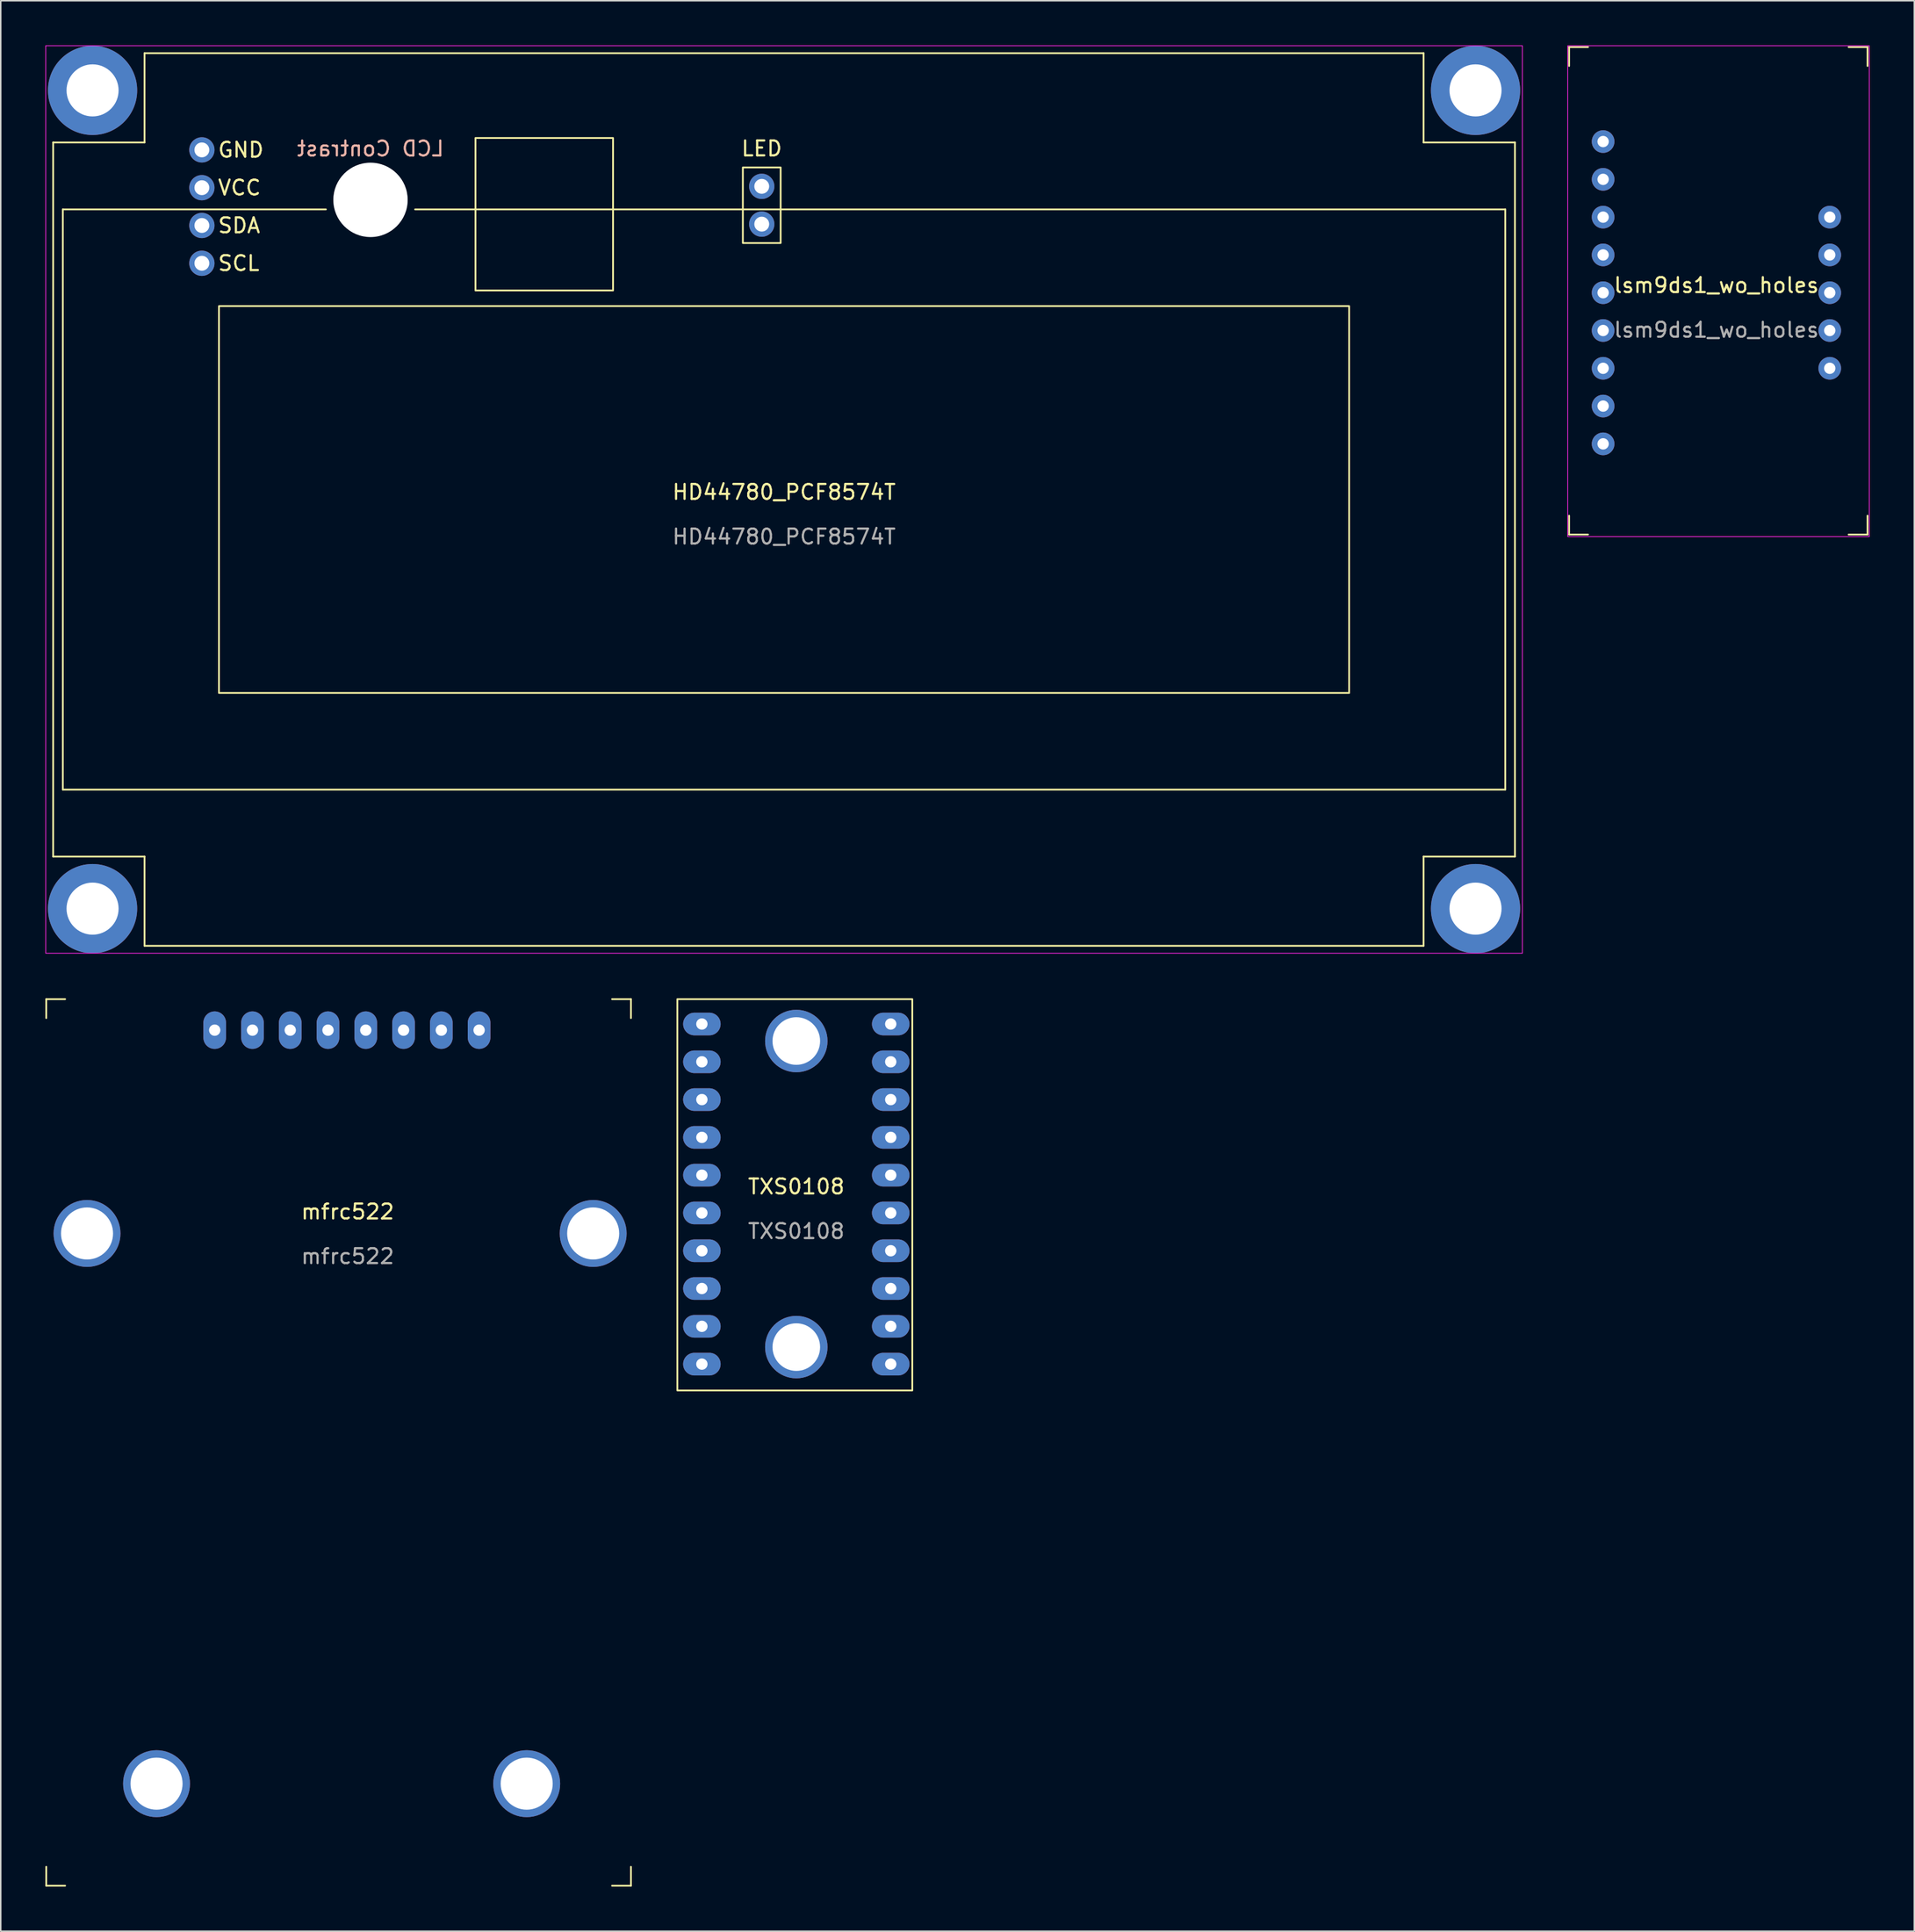
<source format=kicad_pcb>
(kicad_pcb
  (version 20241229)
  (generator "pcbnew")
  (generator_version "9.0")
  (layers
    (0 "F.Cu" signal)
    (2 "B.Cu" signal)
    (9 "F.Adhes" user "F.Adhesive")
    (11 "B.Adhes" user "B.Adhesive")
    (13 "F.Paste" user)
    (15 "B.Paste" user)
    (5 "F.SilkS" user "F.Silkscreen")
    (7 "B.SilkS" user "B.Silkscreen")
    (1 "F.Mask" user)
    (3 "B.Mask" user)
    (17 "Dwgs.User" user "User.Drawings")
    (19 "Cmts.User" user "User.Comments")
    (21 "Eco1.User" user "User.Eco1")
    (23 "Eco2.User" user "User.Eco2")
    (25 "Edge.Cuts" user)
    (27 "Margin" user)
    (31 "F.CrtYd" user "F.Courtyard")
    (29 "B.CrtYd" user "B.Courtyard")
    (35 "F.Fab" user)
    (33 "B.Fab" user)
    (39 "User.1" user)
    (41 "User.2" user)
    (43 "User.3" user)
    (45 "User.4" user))
  (footprint "TXS0108"
    (layer "F.Cu")
    (at 50.499 77.21)
    (property "Reference" "TXS0108" (at 0 -0.5 0) (unlocked yes) (layer "F.SilkS") (effects (font (size 1 1) (thickness 0.15))))
    (attr through_hole)
    (fp_rect (start -8 -13.1) (end 7.8 13.2) (stroke (width 0.12) (type default)) (fill no) (layer "F.SilkS"))
    (fp_text user "${REFERENCE}" (at 0 2.5 0) (unlocked yes) (layer "F.Fab") (effects (font (size 1 1) (thickness 0.15))))
    (pad "1" thru_hole oval (at -6.35 -8.89 90) (size 1.524 2.524) (drill 0.762) (layers "*.Cu" "*.Mask"))
    (pad "2" thru_hole oval (at -6.35 -11.43 90) (size 1.524 2.524) (drill 0.762) (layers "*.Cu" "*.Mask"))
    (pad "3" thru_hole oval (at -6.35 -6.35 90) (size 1.524 2.524) (drill 0.762) (layers "*.Cu" "*.Mask"))
    (pad "4" thru_hole oval (at -6.35 -3.81 90) (size 1.524 2.524) (drill 0.762) (layers "*.Cu" "*.Mask"))
    (pad "5" thru_hole oval (at -6.35 -1.27 90) (size 1.524 2.524) (drill 0.762) (layers "*.Cu" "*.Mask"))
    (pad "6" thru_hole oval (at -6.35 1.27 90) (size 1.524 2.524) (drill 0.762) (layers "*.Cu" "*.Mask"))
    (pad "7" thru_hole oval (at -6.35 3.81 90) (size 1.524 2.524) (drill 0.762) (layers "*.Cu" "*.Mask"))
    (pad "8" thru_hole oval (at -6.35 6.35 90) (size 1.524 2.524) (drill 0.762) (layers "*.Cu" "*.Mask"))
    (pad "9" thru_hole oval (at -6.35 8.89 90) (size 1.524 2.524) (drill 0.762) (layers "*.Cu" "*.Mask"))
    (pad "10" thru_hole oval (at -6.35 11.43 90) (size 1.524 2.524) (drill 0.762) (layers "*.Cu" "*.Mask"))
    (pad "11" thru_hole oval (at 6.35 11.43 90) (size 1.524 2.524) (drill 0.762) (layers "*.Cu" "*.Mask"))
    (pad "12" thru_hole oval (at 6.35 8.89 90) (size 1.524 2.524) (drill 0.762) (layers "*.Cu" "*.Mask"))
    (pad "13" thru_hole oval (at 6.35 6.35 90) (size 1.524 2.524) (drill 0.762) (layers "*.Cu" "*.Mask"))
    (pad "14" thru_hole oval (at 6.35 3.81 90) (size 1.524 2.524) (drill 0.762) (layers "*.Cu" "*.Mask"))
    (pad "15" thru_hole oval (at 6.35 1.27 90) (size 1.524 2.524) (drill 0.762) (layers "*.Cu" "*.Mask"))
    (pad "16" thru_hole oval (at 6.35 -1.27 90) (size 1.524 2.524) (drill 0.762) (layers "*.Cu" "*.Mask"))
    (pad "17" thru_hole oval (at 6.35 -3.81 90) (size 1.524 2.524) (drill 0.762) (layers "*.Cu" "*.Mask"))
    (pad "18" thru_hole oval (at 6.35 -6.35 90) (size 1.524 2.524) (drill 0.762) (layers "*.Cu" "*.Mask"))
    (pad "19" thru_hole oval (at 6.35 -11.43 90) (size 1.524 2.524) (drill 0.762) (layers "*.Cu" "*.Mask"))
    (pad "20" thru_hole oval (at 6.35 -8.89 90) (size 1.524 2.524) (drill 0.762) (layers "*.Cu" "*.Mask"))
    (pad "M1" thru_hole circle (at 0 -10.287 90) (size 4.2 4.2) (drill 3.2) (layers "*.Cu" "*.Mask"))
    (pad "M2" thru_hole circle (at 0 10.287 90) (size 4.2 4.2) (drill 3.2) (layers "*.Cu" "*.Mask")))
  (footprint "HD44780_PCF8574T"
    (layer "F.Cu")
    (at 49.675 30.525)
    (property "Reference" "HD44780_PCF8574T" (at 0 -0.5 0) (unlocked yes) (layer "F.SilkS") (effects (font (size 1 1) (thickness 0.15))))
    (attr through_hole)
    (fp_line (start -49.15 -24) (end -43.006 -24) (stroke (width 0.12) (type default)) (layer "F.SilkS"))
    (fp_line (start -49.15 24) (end -49.15 -24) (stroke (width 0.12) (type default)) (layer "F.SilkS"))
    (fp_line (start -48.5 -19.5) (end -30.81 -19.5) (stroke (width 0.12) (type default)) (layer "F.SilkS"))
    (fp_line (start -48.5 19.5) (end -48.5 -19.5) (stroke (width 0.12) (type default)) (layer "F.SilkS"))
    (fp_line (start -43.006 -30) (end 43.006 -30) (stroke (width 0.12) (type default)) (layer "F.SilkS"))
    (fp_line (start -43.006 -24) (end -43.006 -30) (stroke (width 0.12) (type default)) (layer "F.SilkS"))
    (fp_line (start -43.006 24) (end -49.15 24) (stroke (width 0.12) (type default)) (layer "F.SilkS"))
    (fp_line (start -43.006 30) (end -43.006 24) (stroke (width 0.12) (type default)) (layer "F.SilkS"))
    (fp_line (start -24.81 -19.5) (end 48.5 -19.5) (stroke (width 0.12) (type default)) (layer "F.SilkS"))
    (fp_line (start 43.006 -30) (end 43.006 -24) (stroke (width 0.12) (type default)) (layer "F.SilkS"))
    (fp_line (start 43.006 -24) (end 49.15 -24) (stroke (width 0.12) (type default)) (layer "F.SilkS"))
    (fp_line (start 43.006 24) (end 43.006 30) (stroke (width 0.12) (type default)) (layer "F.SilkS"))
    (fp_line (start 43.006 30) (end -43.006 30) (stroke (width 0.12) (type default)) (layer "F.SilkS"))
    (fp_line (start 48.5 -19.5) (end 48.5 19.5) (stroke (width 0.12) (type default)) (layer "F.SilkS"))
    (fp_line (start 48.5 19.5) (end -48.5 19.5) (stroke (width 0.12) (type default)) (layer "F.SilkS"))
    (fp_line (start 49.15 -24) (end 49.15 24) (stroke (width 0.12) (type default)) (layer "F.SilkS"))
    (fp_line (start 49.15 24) (end 43.006 24) (stroke (width 0.12) (type default)) (layer "F.SilkS"))
    (fp_rect (start -38 -13) (end 38 13) (stroke (width 0.12) (type default)) (fill no) (layer "F.SilkS"))
    (fp_rect (start -20.75 -24.3) (end -11.5 -14.05) (stroke (width 0.12) (type default)) (fill no) (layer "F.SilkS"))
    (fp_rect (start -2.77 -22.32) (end -0.23 -17.24) (stroke (width 0.12) (type default)) (fill no) (layer "F.SilkS"))
    (fp_rect (start -49.65 -30.5) (end 49.65 30.5) (stroke (width 0.05) (type default)) (fill no) (layer "F.CrtYd"))
    (fp_text user "SDA" (at -38.15 -18.42 0) (unlocked yes) (layer "F.SilkS") (effects (font (size 1 1) (thickness 0.15)) (justify left)))
    (fp_text user "SCL" (at -38.15 -15.88 0) (unlocked yes) (layer "F.SilkS") (effects (font (size 1 1) (thickness 0.15)) (justify left)))
    (fp_text user "LED" (at -1.5 -23.59 0) (unlocked yes) (layer "F.SilkS") (effects (font (size 1 1) (thickness 0.15))))
    (fp_text user "VCC" (at -38.15 -20.96 0) (unlocked yes) (layer "F.SilkS") (effects (font (size 1 1) (thickness 0.15)) (justify left)))
    (fp_text user "GND" (at -38.15 -23.5 0) (unlocked yes) (layer "F.SilkS") (effects (font (size 1 1) (thickness 0.15)) (justify left)))
    (fp_text user "LCD Contrast" (at -27.81 -23 0) (unlocked yes) (layer "B.SilkS") (effects (font (size 1 1) (thickness 0.15)) (justify bottom mirror)))
    (fp_text user "${REFERENCE}" (at 0 2.5 0) (unlocked yes) (layer "F.Fab") (effects (font (size 1 1) (thickness 0.15))))
    (pad "" thru_hole circle (at -46.5 -27.5) (size 6 6) (drill 3.5) (layers "*.Cu" "*.Mask"))
    (pad "" thru_hole circle (at -46.5 27.5) (size 6 6) (drill 3.5) (layers "*.Cu" "*.Mask"))
    (pad "" np_thru_hole circle (at -27.81 -20.14) (size 5 5) (drill 5) (layers "*.Cu" "*.Mask"))
    (pad "" thru_hole circle (at 46.5 -27.5) (size 6 6) (drill 3.5) (layers "*.Cu" "*.Mask"))
    (pad "" thru_hole circle (at 46.5 27.5) (size 6 6) (drill 3.5) (layers "*.Cu" "*.Mask"))
    (pad "1" thru_hole circle (at -39.15 -23.5) (size 1.7 1.7) (drill 1) (layers "*.Cu" "*.Mask"))
    (pad "2" thru_hole circle (at -39.15 -20.96) (size 1.7 1.7) (drill 1) (layers "*.Cu" "*.Mask"))
    (pad "3" thru_hole circle (at -39.15 -18.42) (size 1.7 1.7) (drill 1) (layers "*.Cu" "*.Mask"))
    (pad "4" thru_hole circle (at -39.15 -15.88) (size 1.7 1.7) (drill 1) (layers "*.Cu" "*.Mask"))
    (pad "5" thru_hole circle (at -1.5 -21.05) (size 1.7 1.7) (drill 1) (layers "*.Cu" "*.Mask"))
    (pad "6" thru_hole circle (at -1.5 -18.51) (size 1.7 1.7) (drill 1) (layers "*.Cu" "*.Mask")))
  (footprint "mfrc522"
    (layer "F.Cu")
    (at 20.329 78.893)
    (property "Reference" "mfrc522" (at 0 -0.5 0) (unlocked yes) (layer "F.SilkS") (effects (font (size 1 1) (thickness 0.15))))
    (attr through_hole)
    (fp_line (start -20.269 -14.783) (end -20.269 -13.513) (stroke (width 0.12) (type default)) (layer "F.SilkS"))
    (fp_line (start -20.269 -14.783) (end -18.999 -14.783) (stroke (width 0.12) (type default)) (layer "F.SilkS"))
    (fp_line (start -20.269 44.806) (end -20.269 43.536) (stroke (width 0.12) (type default)) (layer "F.SilkS"))
    (fp_line (start -20.269 44.806) (end -18.999 44.806) (stroke (width 0.12) (type default)) (layer "F.SilkS"))
    (fp_line (start 19.05 -14.783) (end 17.78 -14.783) (stroke (width 0.12) (type default)) (layer "F.SilkS"))
    (fp_line (start 19.05 -14.783) (end 19.05 -13.513) (stroke (width 0.12) (type default)) (layer "F.SilkS"))
    (fp_line (start 19.05 44.806) (end 17.78 44.806) (stroke (width 0.12) (type default)) (layer "F.SilkS"))
    (fp_line (start 19.05 44.806) (end 19.05 43.536) (stroke (width 0.12) (type default)) (layer "F.SilkS"))
    (fp_text user "${REFERENCE}" (at 0 2.5 0) (unlocked yes) (layer "F.Fab") (effects (font (size 1 1) (thickness 0.15))))
    (pad "1" thru_hole oval (at 8.839 -12.7) (size 1.524 2.524) (drill 0.762) (layers "*.Cu" "*.Mask"))
    (pad "2" thru_hole oval (at 6.299 -12.7) (size 1.524 2.524) (drill 0.762) (layers "*.Cu" "*.Mask"))
    (pad "3" thru_hole oval (at 3.759 -12.7) (size 1.524 2.524) (drill 0.762) (layers "*.Cu" "*.Mask"))
    (pad "4" thru_hole oval (at 1.219 -12.7) (size 1.524 2.524) (drill 0.762) (layers "*.Cu" "*.Mask"))
    (pad "5" thru_hole oval (at -1.321 -12.7) (size 1.524 2.524) (drill 0.762) (layers "*.Cu" "*.Mask"))
    (pad "6" thru_hole oval (at -3.861 -12.7) (size 1.524 2.524) (drill 0.762) (layers "*.Cu" "*.Mask"))
    (pad "7" thru_hole oval (at -6.401 -12.7) (size 1.524 2.524) (drill 0.762) (layers "*.Cu" "*.Mask"))
    (pad "8" thru_hole oval (at -8.941 -12.7) (size 1.524 2.524) (drill 0.762) (layers "*.Cu" "*.Mask"))
    (pad "M1" thru_hole circle (at 16.51 0.965) (size 4.5 4.5) (drill 3.5) (layers "*.Cu" "*.Mask"))
    (pad "M2" thru_hole circle (at -17.526 0.965) (size 4.5 4.5) (drill 3.5) (layers "*.Cu" "*.Mask"))
    (pad "M3" thru_hole circle (at 12.04 37.948) (size 4.5 4.5) (drill 3.5) (layers "*.Cu" "*.Mask"))
    (pad "M4" thru_hole circle (at -12.852 37.948) (size 4.5 4.5) (drill 3.5) (layers "*.Cu" "*.Mask")))
  (footprint "lsm9ds1_wo_holes"
    (layer "F.Cu")
    (at 112.375 16.625)
    (property "Reference" "lsm9ds1_wo_holes" (at 0 -0.5 0) (unlocked yes) (layer "F.SilkS") (effects (font (size 1 1) (thickness 0.15))))
    (attr through_hole)
    (fp_line (start -9.906 -16.51) (end -9.906 -15.24) (stroke (width 0.12) (type default)) (layer "F.SilkS"))
    (fp_line (start -9.906 -16.51) (end -8.636 -16.51) (stroke (width 0.12) (type default)) (layer "F.SilkS"))
    (fp_line (start -9.906 16.256) (end -9.906 14.986) (stroke (width 0.12) (type default)) (layer "F.SilkS"))
    (fp_line (start -9.906 16.256) (end -8.636 16.256) (stroke (width 0.12) (type default)) (layer "F.SilkS"))
    (fp_line (start 10.16 -16.51) (end 8.89 -16.51) (stroke (width 0.12) (type default)) (layer "F.SilkS"))
    (fp_line (start 10.16 -16.51) (end 10.16 -15.24) (stroke (width 0.12) (type default)) (layer "F.SilkS"))
    (fp_line (start 10.16 16.256) (end 8.89 16.256) (stroke (width 0.12) (type default)) (layer "F.SilkS"))
    (fp_line (start 10.16 16.256) (end 10.16 14.986) (stroke (width 0.12) (type default)) (layer "F.SilkS"))
    (fp_rect (start -10 -16.6) (end 10.28 16.39) (stroke (width 0.05) (type default)) (fill no) (layer "F.CrtYd"))
    (fp_text user "${REFERENCE}" (at 0 2.5 0) (unlocked yes) (layer "F.Fab") (effects (font (size 1 1) (thickness 0.15))))
    (pad "1" thru_hole circle (at -7.62 -10.16) (size 1.524 1.524) (drill 0.762) (layers "*.Cu" "*.Mask"))
    (pad "2" thru_hole circle (at -7.62 -7.62) (size 1.524 1.524) (drill 0.762) (layers "*.Cu" "*.Mask"))
    (pad "3" thru_hole circle (at -7.62 -5.08) (size 1.524 1.524) (drill 0.762) (layers "*.Cu" "*.Mask"))
    (pad "4" thru_hole circle (at -7.62 -2.54) (size 1.524 1.524) (drill 0.762) (layers "*.Cu" "*.Mask"))
    (pad "5" thru_hole circle (at -7.62 0) (size 1.524 1.524) (drill 0.762) (layers "*.Cu" "*.Mask"))
    (pad "6" thru_hole circle (at -7.62 2.54) (size 1.524 1.524) (drill 0.762) (layers "*.Cu" "*.Mask"))
    (pad "7" thru_hole circle (at -7.62 5.08) (size 1.524 1.524) (drill 0.762) (layers "*.Cu" "*.Mask"))
    (pad "8" thru_hole circle (at -7.62 7.62) (size 1.524 1.524) (drill 0.762) (layers "*.Cu" "*.Mask"))
    (pad "9" thru_hole circle (at -7.62 10.16) (size 1.524 1.524) (drill 0.762) (layers "*.Cu" "*.Mask"))
    (pad "12" thru_hole circle (at 7.62 5.08) (size 1.524 1.524) (drill 0.762) (layers "*.Cu" "*.Mask"))
    (pad "13" thru_hole circle (at 7.62 2.54) (size 1.524 1.524) (drill 0.762) (layers "*.Cu" "*.Mask"))
    (pad "14" thru_hole circle (at 7.62 0) (size 1.524 1.524) (drill 0.762) (layers "*.Cu" "*.Mask"))
    (pad "15" thru_hole circle (at 7.62 -2.54) (size 1.524 1.524) (drill 0.762) (layers "*.Cu" "*.Mask"))
    (pad "16" thru_hole circle (at 7.62 -5.08) (size 1.524 1.524) (drill 0.762) (layers "*.Cu" "*.Mask")))
  (gr_rect
    (start -3 -3)
    (end 125.68 126.758)
    (stroke (width 0.1) (type default))
    (fill no)
    (layer "Edge.Cuts")))
</source>
